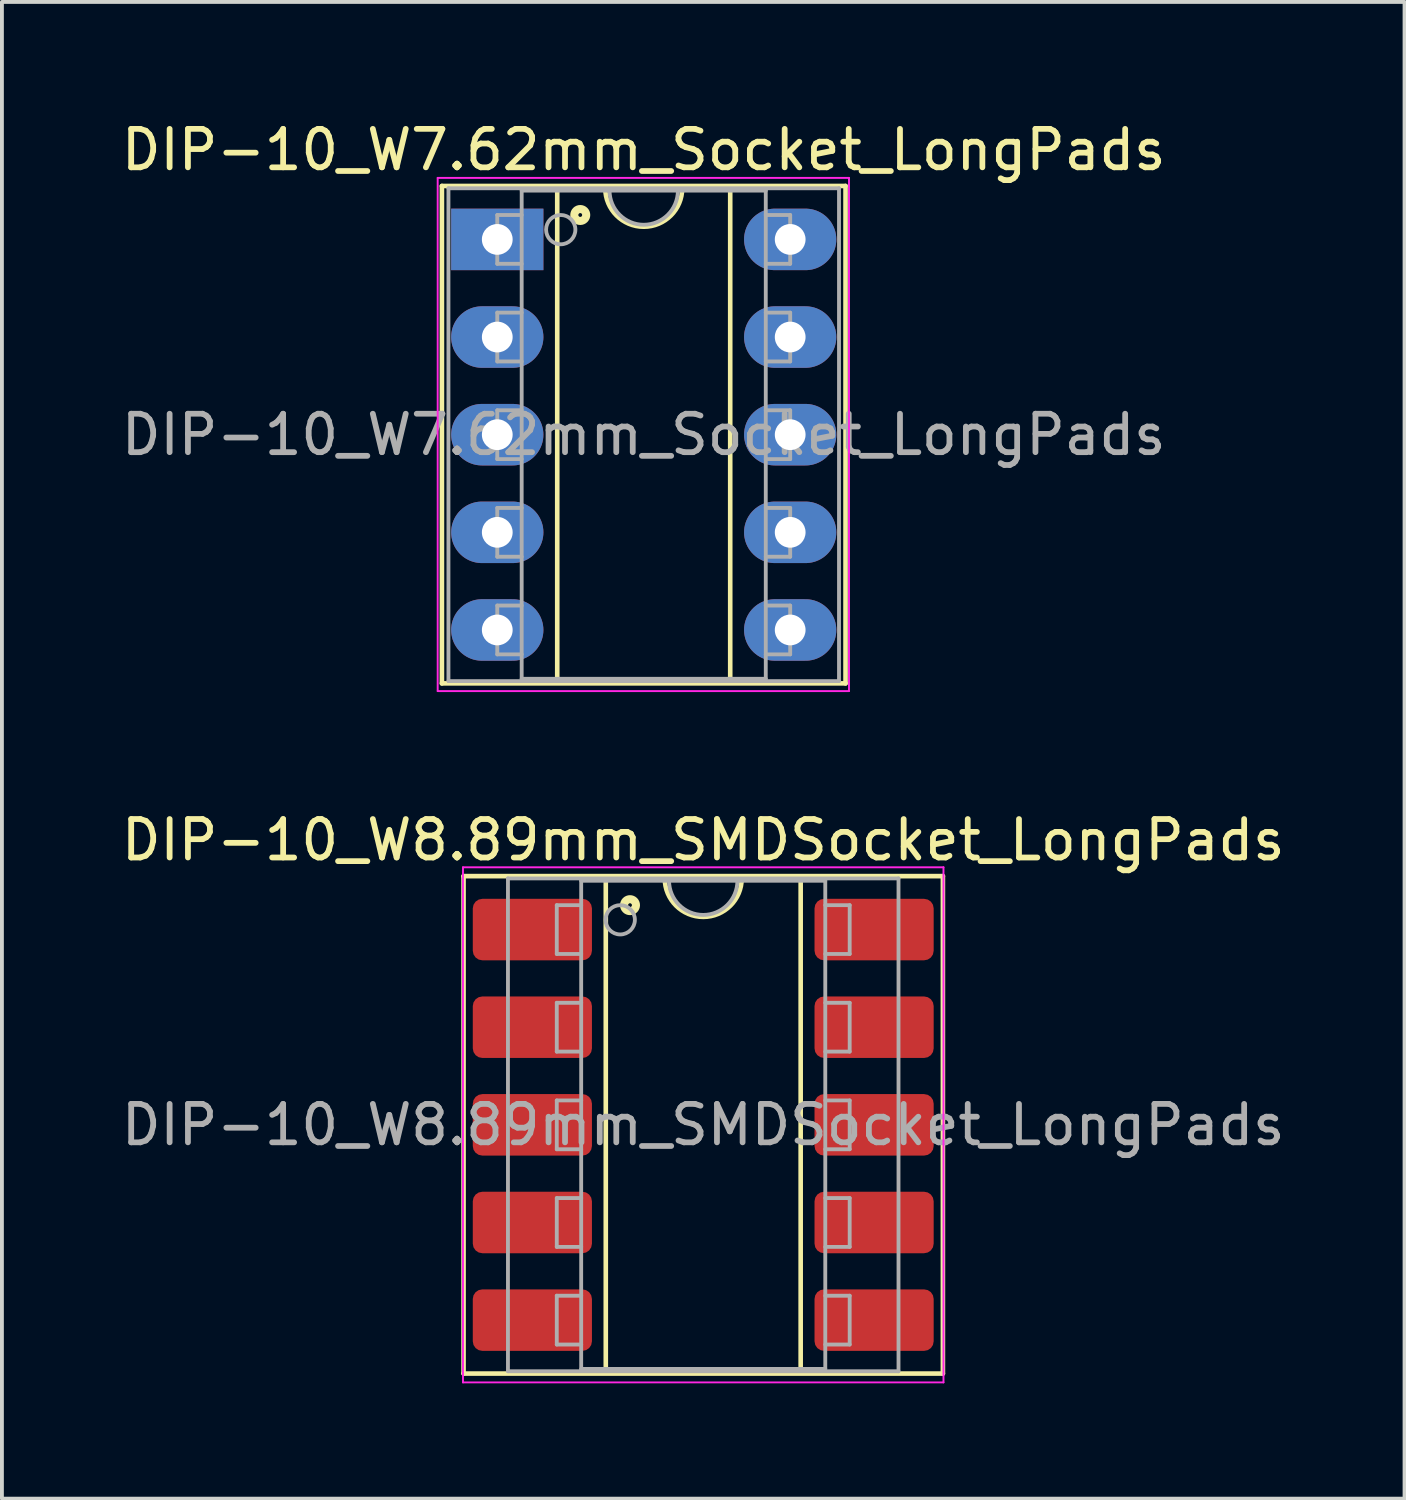
<source format=kicad_pcb>
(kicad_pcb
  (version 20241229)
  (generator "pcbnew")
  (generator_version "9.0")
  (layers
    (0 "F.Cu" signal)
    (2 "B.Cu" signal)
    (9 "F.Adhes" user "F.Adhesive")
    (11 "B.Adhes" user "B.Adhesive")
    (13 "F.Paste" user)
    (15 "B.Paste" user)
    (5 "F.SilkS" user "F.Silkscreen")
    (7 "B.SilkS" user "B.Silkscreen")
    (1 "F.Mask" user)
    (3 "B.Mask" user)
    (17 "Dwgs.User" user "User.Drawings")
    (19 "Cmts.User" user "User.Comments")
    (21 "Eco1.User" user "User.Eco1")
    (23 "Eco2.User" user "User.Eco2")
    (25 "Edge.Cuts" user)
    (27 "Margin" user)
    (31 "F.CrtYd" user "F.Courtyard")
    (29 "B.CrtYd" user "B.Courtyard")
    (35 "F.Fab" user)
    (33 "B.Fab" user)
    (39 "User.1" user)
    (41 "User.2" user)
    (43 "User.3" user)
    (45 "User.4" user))
  (footprint "DIP-10_W7.62mm_Socket_LongPads"
    (layer "F.Cu")
    (at 9.886 3.178)
    (property "Reference" "DIP-10_W7.62mm_Socket_LongPads" (at 3.81 -2.33 0) (layer "F.SilkS") (effects (font (size 1 1) (thickness 0.15))))
    (attr through_hole)
    (fp_line (start -1.44 -1.39) (end -1.44 11.55) (stroke (width 0.12) (type solid)) (layer "F.SilkS"))
    (fp_line (start -1.44 11.55) (end 9.06 11.55) (stroke (width 0.12) (type solid)) (layer "F.SilkS"))
    (fp_line (start 1.56 -1.33) (end 1.56 11.49) (stroke (width 0.12) (type solid)) (layer "F.SilkS"))
    (fp_line (start 1.56 11.49) (end 6.06 11.49) (stroke (width 0.12) (type solid)) (layer "F.SilkS"))
    (fp_line (start 2.81 -1.33) (end 1.56 -1.33) (stroke (width 0.12) (type solid)) (layer "F.SilkS"))
    (fp_line (start 6.06 -1.33) (end 4.81 -1.33) (stroke (width 0.12) (type solid)) (layer "F.SilkS"))
    (fp_line (start 6.06 11.49) (end 6.06 -1.33) (stroke (width 0.12) (type solid)) (layer "F.SilkS"))
    (fp_line (start 9.06 -1.39) (end -1.44 -1.39) (stroke (width 0.12) (type solid)) (layer "F.SilkS"))
    (fp_line (start 9.06 11.55) (end 9.06 -1.39) (stroke (width 0.12) (type solid)) (layer "F.SilkS"))
    (fp_arc (start 4.81 -1.33) (mid 3.81 -0.33) (end 2.81 -1.33) (stroke (width 0.12) (type solid)) (layer "F.SilkS"))
    (fp_circle (center 2.159 -0.635) (end 2.209 -0.635) (stroke (width 0.12) (type solid)) (fill no) (layer "F.SilkS"))
    (fp_circle (center 2.159 -0.635) (end 2.284 -0.635) (stroke (width 0.12) (type solid)) (fill no) (layer "F.SilkS"))
    (fp_circle (center 2.159 -0.635) (end 2.359 -0.635) (stroke (width 0.12) (type solid)) (fill no) (layer "F.SilkS"))
    (fp_line (start -1.55 -1.6) (end -1.55 11.75) (stroke (width 0.05) (type solid)) (layer "F.CrtYd"))
    (fp_line (start -1.55 11.75) (end 9.15 11.75) (stroke (width 0.05) (type solid)) (layer "F.CrtYd"))
    (fp_line (start 9.15 -1.6) (end -1.55 -1.6) (stroke (width 0.05) (type solid)) (layer "F.CrtYd"))
    (fp_line (start 9.15 11.75) (end 9.15 -1.6) (stroke (width 0.05) (type solid)) (layer "F.CrtYd"))
    (fp_line (start -1.27 -1.33) (end -1.27 11.49) (stroke (width 0.1) (type solid)) (layer "F.Fab"))
    (fp_line (start -1.27 11.49) (end 8.89 11.49) (stroke (width 0.1) (type solid)) (layer "F.Fab"))
    (fp_line (start 0 -0.635) (end 0 0.635) (stroke (width 0.1) (type solid)) (layer "F.Fab"))
    (fp_line (start 0 -0.635) (end 0.635 -0.635) (stroke (width 0.1) (type solid)) (layer "F.Fab"))
    (fp_line (start 0 0.635) (end 0.635 0.635) (stroke (width 0.1) (type solid)) (layer "F.Fab"))
    (fp_line (start 0 1.905) (end 0 3.175) (stroke (width 0.1) (type solid)) (layer "F.Fab"))
    (fp_line (start 0 1.905) (end 0.635 1.905) (stroke (width 0.1) (type solid)) (layer "F.Fab"))
    (fp_line (start 0 3.175) (end 0.635 3.175) (stroke (width 0.1) (type solid)) (layer "F.Fab"))
    (fp_line (start 0 4.445) (end 0 5.715) (stroke (width 0.1) (type solid)) (layer "F.Fab"))
    (fp_line (start 0 4.445) (end 0.635 4.445) (stroke (width 0.1) (type solid)) (layer "F.Fab"))
    (fp_line (start 0 5.715) (end 0.635 5.715) (stroke (width 0.1) (type solid)) (layer "F.Fab"))
    (fp_line (start 0 6.985) (end 0 8.255) (stroke (width 0.1) (type solid)) (layer "F.Fab"))
    (fp_line (start 0 6.985) (end 0.635 6.985) (stroke (width 0.1) (type solid)) (layer "F.Fab"))
    (fp_line (start 0 8.255) (end 0.635 8.255) (stroke (width 0.1) (type solid)) (layer "F.Fab"))
    (fp_line (start 0 9.525) (end 0 10.795) (stroke (width 0.1) (type solid)) (layer "F.Fab"))
    (fp_line (start 0 9.525) (end 0.635 9.525) (stroke (width 0.1) (type solid)) (layer "F.Fab"))
    (fp_line (start 0 10.795) (end 0.635 10.795) (stroke (width 0.1) (type solid)) (layer "F.Fab"))
    (fp_line (start 0.635 -1.27) (end 6.985 -1.27) (stroke (width 0.1) (type solid)) (layer "F.Fab"))
    (fp_line (start 0.635 11.43) (end 0.635 -1.27) (stroke (width 0.1) (type solid)) (layer "F.Fab"))
    (fp_line (start 6.985 -1.27) (end 6.985 11.43) (stroke (width 0.1) (type solid)) (layer "F.Fab"))
    (fp_line (start 6.985 11.43) (end 0.635 11.43) (stroke (width 0.1) (type solid)) (layer "F.Fab"))
    (fp_line (start 7.62 -0.635) (end 6.985 -0.635) (stroke (width 0.1) (type solid)) (layer "F.Fab"))
    (fp_line (start 7.62 0.635) (end 6.985 0.635) (stroke (width 0.1) (type solid)) (layer "F.Fab"))
    (fp_line (start 7.62 0.635) (end 7.62 -0.635) (stroke (width 0.1) (type solid)) (layer "F.Fab"))
    (fp_line (start 7.62 1.905) (end 6.985 1.905) (stroke (width 0.1) (type solid)) (layer "F.Fab"))
    (fp_line (start 7.62 3.175) (end 6.985 3.175) (stroke (width 0.1) (type solid)) (layer "F.Fab"))
    (fp_line (start 7.62 3.175) (end 7.62 1.905) (stroke (width 0.1) (type solid)) (layer "F.Fab"))
    (fp_line (start 7.62 4.445) (end 6.985 4.445) (stroke (width 0.1) (type solid)) (layer "F.Fab"))
    (fp_line (start 7.62 5.715) (end 6.985 5.715) (stroke (width 0.1) (type solid)) (layer "F.Fab"))
    (fp_line (start 7.62 5.715) (end 7.62 4.445) (stroke (width 0.1) (type solid)) (layer "F.Fab"))
    (fp_line (start 7.62 6.985) (end 6.985 6.985) (stroke (width 0.1) (type solid)) (layer "F.Fab"))
    (fp_line (start 7.62 8.255) (end 6.985 8.255) (stroke (width 0.1) (type solid)) (layer "F.Fab"))
    (fp_line (start 7.62 8.255) (end 7.62 6.985) (stroke (width 0.1) (type solid)) (layer "F.Fab"))
    (fp_line (start 7.62 9.525) (end 6.985 9.525) (stroke (width 0.1) (type solid)) (layer "F.Fab"))
    (fp_line (start 7.62 10.795) (end 6.985 10.795) (stroke (width 0.1) (type solid)) (layer "F.Fab"))
    (fp_line (start 7.62 10.795) (end 7.62 9.525) (stroke (width 0.1) (type solid)) (layer "F.Fab"))
    (fp_line (start 8.89 -1.33) (end -1.27 -1.33) (stroke (width 0.1) (type solid)) (layer "F.Fab"))
    (fp_line (start 8.89 11.49) (end 8.89 -1.33) (stroke (width 0.1) (type solid)) (layer "F.Fab"))
    (fp_arc (start 4.699 -1.27) (mid 3.81 -0.381) (end 2.921 -1.27) (stroke (width 0.1) (type solid)) (layer "F.Fab"))
    (fp_circle (center 1.651 -0.254) (end 2.032 -0.254) (stroke (width 0.1) (type solid)) (fill no) (layer "F.Fab"))
    (fp_text user "${REFERENCE}" (at 3.81 5.08 0) (layer "F.Fab") (effects (font (size 1 1) (thickness 0.15))))
    (pad "1" thru_hole rect (at 0 0) (size 2.4 1.6) (drill 0.8) (layers "*.Cu" "*.Mask"))
    (pad "2" thru_hole oval (at 0 2.54) (size 2.4 1.6) (drill 0.8) (layers "*.Cu" "*.Mask"))
    (pad "3" thru_hole oval (at 0 5.08) (size 2.4 1.6) (drill 0.8) (layers "*.Cu" "*.Mask"))
    (pad "4" thru_hole oval (at 0 7.62) (size 2.4 1.6) (drill 0.8) (layers "*.Cu" "*.Mask"))
    (pad "5" thru_hole oval (at 0 10.16) (size 2.4 1.6) (drill 0.8) (layers "*.Cu" "*.Mask"))
    (pad "6" thru_hole oval (at 7.62 10.16) (size 2.4 1.6) (drill 0.8) (layers "*.Cu" "*.Mask"))
    (pad "7" thru_hole oval (at 7.62 7.62) (size 2.4 1.6) (drill 0.8) (layers "*.Cu" "*.Mask"))
    (pad "8" thru_hole oval (at 7.62 5.08) (size 2.4 1.6) (drill 0.8) (layers "*.Cu" "*.Mask"))
    (pad "9" thru_hole oval (at 7.62 2.54) (size 2.4 1.6) (drill 0.8) (layers "*.Cu" "*.Mask"))
    (pad "10" thru_hole oval (at 7.62 0) (size 2.4 1.6) (drill 0.8) (layers "*.Cu" "*.Mask")))
  (footprint "DIP-10_W8.89mm_SMDSocket_LongPads"
    (layer "F.Cu")
    (at 15.244 26.212)
    (property "Reference" "DIP-10_W8.89mm_SMDSocket_LongPads" (at 0 -7.41 0) (layer "F.SilkS") (effects (font (size 1 1) (thickness 0.15))))
    (attr smd)
    (fp_line (start -6.235 -6.47) (end -6.235 6.47) (stroke (width 0.12) (type solid)) (layer "F.SilkS"))
    (fp_line (start -6.235 6.47) (end 6.235 6.47) (stroke (width 0.12) (type solid)) (layer "F.SilkS"))
    (fp_line (start -2.535 -6.41) (end -2.535 6.41) (stroke (width 0.12) (type solid)) (layer "F.SilkS"))
    (fp_line (start -2.535 6.41) (end 2.535 6.41) (stroke (width 0.12) (type solid)) (layer "F.SilkS"))
    (fp_line (start -1 -6.41) (end -2.535 -6.41) (stroke (width 0.12) (type solid)) (layer "F.SilkS"))
    (fp_line (start 2.535 -6.41) (end 1 -6.41) (stroke (width 0.12) (type solid)) (layer "F.SilkS"))
    (fp_line (start 2.535 6.41) (end 2.535 -6.41) (stroke (width 0.12) (type solid)) (layer "F.SilkS"))
    (fp_line (start 6.235 -6.47) (end -6.235 -6.47) (stroke (width 0.12) (type solid)) (layer "F.SilkS"))
    (fp_line (start 6.235 6.47) (end 6.235 -6.47) (stroke (width 0.12) (type solid)) (layer "F.SilkS"))
    (fp_arc (start 1 -6.41) (mid 0 -5.41) (end -1 -6.41) (stroke (width 0.12) (type solid)) (layer "F.SilkS"))
    (fp_circle (center -1.905 -5.715) (end -1.855 -5.715) (stroke (width 0.12) (type solid)) (fill no) (layer "F.SilkS"))
    (fp_circle (center -1.905 -5.715) (end -1.78 -5.715) (stroke (width 0.12) (type solid)) (fill no) (layer "F.SilkS"))
    (fp_circle (center -1.905 -5.715) (end -1.705 -5.715) (stroke (width 0.12) (type solid)) (fill no) (layer "F.SilkS"))
    (fp_line (start -6.25 -6.7) (end -6.25 6.7) (stroke (width 0.05) (type solid)) (layer "F.CrtYd"))
    (fp_line (start -6.25 6.7) (end 6.25 6.7) (stroke (width 0.05) (type solid)) (layer "F.CrtYd"))
    (fp_line (start 6.25 -6.7) (end -6.25 -6.7) (stroke (width 0.05) (type solid)) (layer "F.CrtYd"))
    (fp_line (start 6.25 6.7) (end 6.25 -6.7) (stroke (width 0.05) (type solid)) (layer "F.CrtYd"))
    (fp_line (start -5.08 -6.41) (end -5.08 6.41) (stroke (width 0.1) (type solid)) (layer "F.Fab"))
    (fp_line (start -5.08 6.41) (end 5.08 6.41) (stroke (width 0.1) (type solid)) (layer "F.Fab"))
    (fp_line (start -3.81 -5.715) (end -3.81 -4.445) (stroke (width 0.1) (type solid)) (layer "F.Fab"))
    (fp_line (start -3.81 -5.715) (end -3.175 -5.715) (stroke (width 0.1) (type solid)) (layer "F.Fab"))
    (fp_line (start -3.81 -4.445) (end -3.175 -4.445) (stroke (width 0.1) (type solid)) (layer "F.Fab"))
    (fp_line (start -3.81 -3.175) (end -3.81 -1.905) (stroke (width 0.1) (type solid)) (layer "F.Fab"))
    (fp_line (start -3.81 -3.175) (end -3.175 -3.175) (stroke (width 0.1) (type solid)) (layer "F.Fab"))
    (fp_line (start -3.81 -1.905) (end -3.175 -1.905) (stroke (width 0.1) (type solid)) (layer "F.Fab"))
    (fp_line (start -3.81 -0.635) (end -3.81 0.635) (stroke (width 0.1) (type solid)) (layer "F.Fab"))
    (fp_line (start -3.81 -0.635) (end -3.175 -0.635) (stroke (width 0.1) (type solid)) (layer "F.Fab"))
    (fp_line (start -3.81 0.635) (end -3.175 0.635) (stroke (width 0.1) (type solid)) (layer "F.Fab"))
    (fp_line (start -3.81 1.905) (end -3.81 3.175) (stroke (width 0.1) (type solid)) (layer "F.Fab"))
    (fp_line (start -3.81 1.905) (end -3.175 1.905) (stroke (width 0.1) (type solid)) (layer "F.Fab"))
    (fp_line (start -3.81 3.175) (end -3.175 3.175) (stroke (width 0.1) (type solid)) (layer "F.Fab"))
    (fp_line (start -3.81 4.445) (end -3.81 5.715) (stroke (width 0.1) (type solid)) (layer "F.Fab"))
    (fp_line (start -3.81 4.445) (end -3.175 4.445) (stroke (width 0.1) (type solid)) (layer "F.Fab"))
    (fp_line (start -3.81 5.715) (end -3.175 5.715) (stroke (width 0.1) (type solid)) (layer "F.Fab"))
    (fp_line (start -3.175 -6.35) (end 3.175 -6.35) (stroke (width 0.1) (type solid)) (layer "F.Fab"))
    (fp_line (start -3.175 6.35) (end -3.175 -6.35) (stroke (width 0.1) (type solid)) (layer "F.Fab"))
    (fp_line (start 3.175 -6.35) (end 3.175 6.35) (stroke (width 0.1) (type solid)) (layer "F.Fab"))
    (fp_line (start 3.175 6.35) (end -3.175 6.35) (stroke (width 0.1) (type solid)) (layer "F.Fab"))
    (fp_line (start 3.81 -5.715) (end 3.175 -5.715) (stroke (width 0.1) (type solid)) (layer "F.Fab"))
    (fp_line (start 3.81 -4.445) (end 3.175 -4.445) (stroke (width 0.1) (type solid)) (layer "F.Fab"))
    (fp_line (start 3.81 -4.445) (end 3.81 -5.715) (stroke (width 0.1) (type solid)) (layer "F.Fab"))
    (fp_line (start 3.81 -3.175) (end 3.175 -3.175) (stroke (width 0.1) (type solid)) (layer "F.Fab"))
    (fp_line (start 3.81 -1.905) (end 3.175 -1.905) (stroke (width 0.1) (type solid)) (layer "F.Fab"))
    (fp_line (start 3.81 -1.905) (end 3.81 -3.175) (stroke (width 0.1) (type solid)) (layer "F.Fab"))
    (fp_line (start 3.81 -0.635) (end 3.175 -0.635) (stroke (width 0.1) (type solid)) (layer "F.Fab"))
    (fp_line (start 3.81 0.635) (end 3.175 0.635) (stroke (width 0.1) (type solid)) (layer "F.Fab"))
    (fp_line (start 3.81 0.635) (end 3.81 -0.635) (stroke (width 0.1) (type solid)) (layer "F.Fab"))
    (fp_line (start 3.81 1.905) (end 3.175 1.905) (stroke (width 0.1) (type solid)) (layer "F.Fab"))
    (fp_line (start 3.81 3.175) (end 3.175 3.175) (stroke (width 0.1) (type solid)) (layer "F.Fab"))
    (fp_line (start 3.81 3.175) (end 3.81 1.905) (stroke (width 0.1) (type solid)) (layer "F.Fab"))
    (fp_line (start 3.81 4.445) (end 3.175 4.445) (stroke (width 0.1) (type solid)) (layer "F.Fab"))
    (fp_line (start 3.81 5.715) (end 3.175 5.715) (stroke (width 0.1) (type solid)) (layer "F.Fab"))
    (fp_line (start 3.81 5.715) (end 3.81 4.445) (stroke (width 0.1) (type solid)) (layer "F.Fab"))
    (fp_line (start 5.08 -6.41) (end -5.08 -6.41) (stroke (width 0.1) (type solid)) (layer "F.Fab"))
    (fp_line (start 5.08 6.41) (end 5.08 -6.41) (stroke (width 0.1) (type solid)) (layer "F.Fab"))
    (fp_arc (start 0.889 -6.35) (mid 0 -5.461) (end -0.889 -6.35) (stroke (width 0.1) (type solid)) (layer "F.Fab"))
    (fp_circle (center -2.159 -5.334) (end -1.778 -5.334) (stroke (width 0.1) (type solid)) (fill no) (layer "F.Fab"))
    (fp_text user "${REFERENCE}" (at 0 0 0) (layer "F.Fab") (effects (font (size 1 1) (thickness 0.15))))
    (pad "1" smd roundrect (at -4.445 -5.08) (size 3.1 1.6) (layers "F.Cu" "F.Mask" "F.Paste") (roundrect_rratio 0.156))
    (pad "2" smd roundrect (at -4.445 -2.54) (size 3.1 1.6) (layers "F.Cu" "F.Mask" "F.Paste") (roundrect_rratio 0.156))
    (pad "3" smd roundrect (at -4.445 0) (size 3.1 1.6) (layers "F.Cu" "F.Mask" "F.Paste") (roundrect_rratio 0.156))
    (pad "4" smd roundrect (at -4.445 2.54) (size 3.1 1.6) (layers "F.Cu" "F.Mask" "F.Paste") (roundrect_rratio 0.156))
    (pad "5" smd roundrect (at -4.445 5.08) (size 3.1 1.6) (layers "F.Cu" "F.Mask" "F.Paste") (roundrect_rratio 0.156))
    (pad "6" smd roundrect (at 4.445 5.08) (size 3.1 1.6) (layers "F.Cu" "F.Mask" "F.Paste") (roundrect_rratio 0.156))
    (pad "7" smd roundrect (at 4.445 2.54) (size 3.1 1.6) (layers "F.Cu" "F.Mask" "F.Paste") (roundrect_rratio 0.156))
    (pad "8" smd roundrect (at 4.445 0) (size 3.1 1.6) (layers "F.Cu" "F.Mask" "F.Paste") (roundrect_rratio 0.156))
    (pad "9" smd roundrect (at 4.445 -2.54) (size 3.1 1.6) (layers "F.Cu" "F.Mask" "F.Paste") (roundrect_rratio 0.156))
    (pad "10" smd roundrect (at 4.445 -5.08) (size 3.1 1.6) (layers "F.Cu" "F.Mask" "F.Paste") (roundrect_rratio 0.156)))
  (gr_rect
    (start -3 -3)
    (end 33.488 35.937)
    (stroke (width 0.1) (type default))
    (fill no)
    (layer "Edge.Cuts")))
</source>
